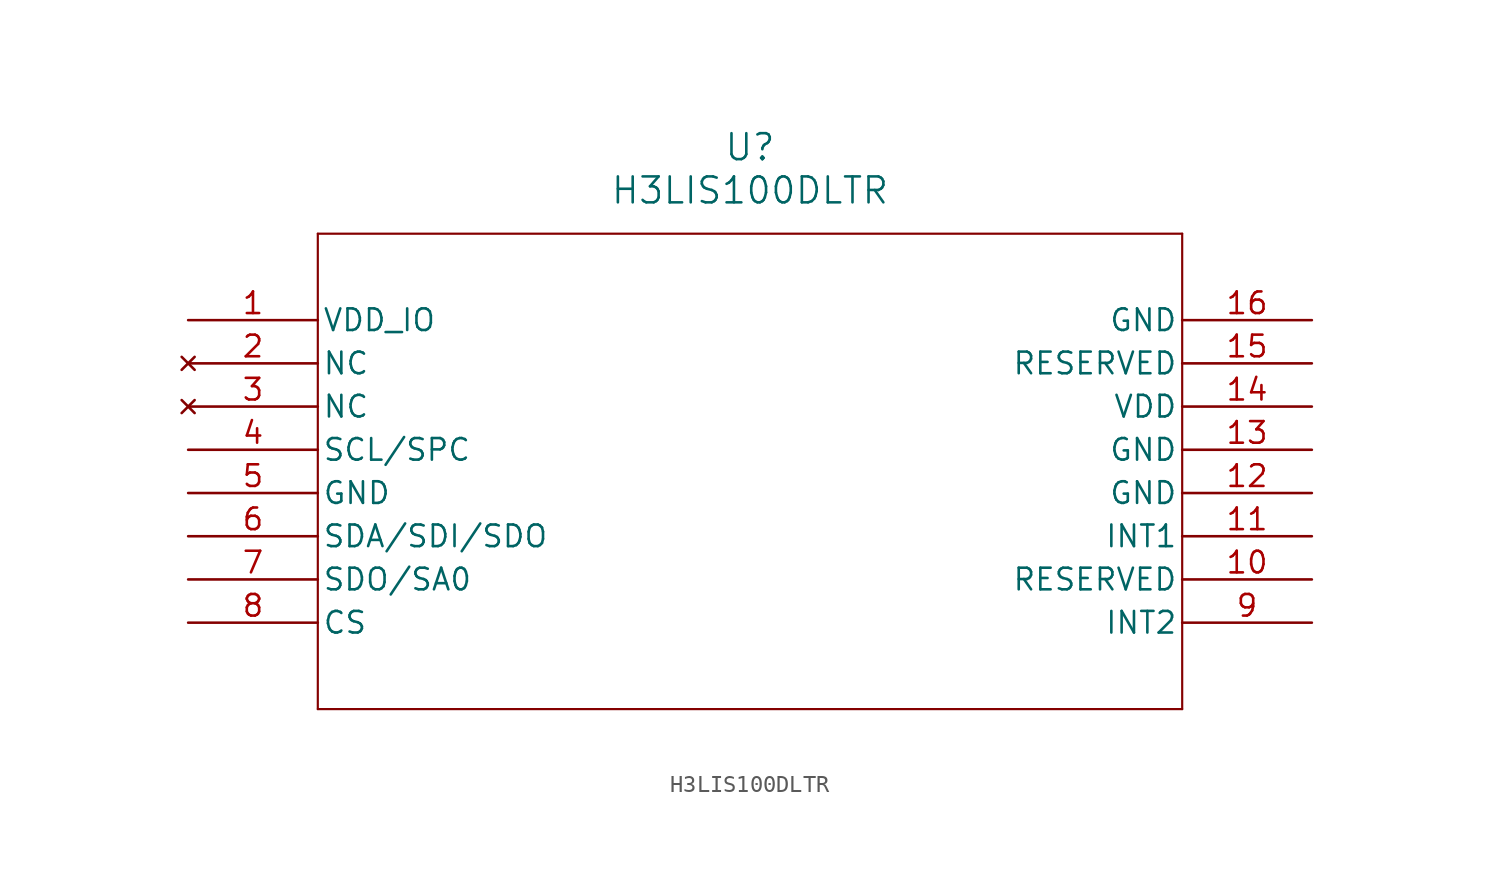
<source format=kicad_sym>
(kicad_symbol_lib
  (version 20211014)
  (generator kicad_symbol_editor)
  (symbol "H3LIS100DLTR"
    (pin_names
      (offset 0.254))
    (property "Reference" "U"
      (at 33.02 10.16 0)
      (effects (font (size 1.524 1.524))))
    (property "Value" "H3LIS100DLTR"
      (at 33.02 7.62 0)
      (effects (font (size 1.524 1.524))))
    (symbol "H3LIS100DLTR_0_1"
      (polyline (pts (xy 7.62 5.08) (xy 7.62 -22.86)) (stroke (width 0.127) (type default) (color 0 0 0 0)) (fill (type none)))
      (polyline (pts (xy 7.62 -22.86) (xy 58.42 -22.86)) (stroke (width 0.127) (type default) (color 0 0 0 0)) (fill (type none)))
      (polyline (pts (xy 58.42 -22.86) (xy 58.42 5.08)) (stroke (width 0.127) (type default) (color 0 0 0 0)) (fill (type none)))
      (polyline (pts (xy 58.42 5.08) (xy 7.62 5.08)) (stroke (width 0.127) (type default) (color 0 0 0 0)) (fill (type none)))
      (pin power_in line (at 0 0 0) (length 7.62) (name "VDD_IO" (effects (font (size 1.27 1.27)))) (number "1" (effects (font (size 1.27 1.27)))))
      (pin no_connect line (at 0 -2.54 0) (length 7.62) (name "NC" (effects (font (size 1.27 1.27)))) (number "2" (effects (font (size 1.27 1.27)))))
      (pin no_connect line (at 0 -5.08 0) (length 7.62) (name "NC" (effects (font (size 1.27 1.27)))) (number "3" (effects (font (size 1.27 1.27)))))
      (pin bidirectional line (at 0 -7.62 0) (length 7.62) (name "SCL/SPC" (effects (font (size 1.27 1.27)))) (number "4" (effects (font (size 1.27 1.27)))))
      (pin power_in line (at 0 -10.16 0) (length 7.62) (name "GND" (effects (font (size 1.27 1.27)))) (number "5" (effects (font (size 1.27 1.27)))))
      (pin bidirectional line (at 0 -12.7 0) (length 7.62) (name "SDA/SDI/SDO" (effects (font (size 1.27 1.27)))) (number "6" (effects (font (size 1.27 1.27)))))
      (pin bidirectional line (at 0 -15.24 0) (length 7.62) (name "SDO/SA0" (effects (font (size 1.27 1.27)))) (number "7" (effects (font (size 1.27 1.27)))))
      (pin bidirectional line (at 0 -17.78 0) (length 7.62) (name "CS" (effects (font (size 1.27 1.27)))) (number "8" (effects (font (size 1.27 1.27)))))
      (pin bidirectional line (at 66.04 -17.78 180) (length 7.62) (name "INT2" (effects (font (size 1.27 1.27)))) (number "9" (effects (font (size 1.27 1.27)))))
      (pin unspecified line (at 66.04 -15.24 180) (length 7.62) (name "RESERVED" (effects (font (size 1.27 1.27)))) (number "10" (effects (font (size 1.27 1.27)))))
      (pin bidirectional line (at 66.04 -12.7 180) (length 7.62) (name "INT1" (effects (font (size 1.27 1.27)))) (number "11" (effects (font (size 1.27 1.27)))))
      (pin power_in line (at 66.04 -10.16 180) (length 7.62) (name "GND" (effects (font (size 1.27 1.27)))) (number "12" (effects (font (size 1.27 1.27)))))
      (pin power_in line (at 66.04 -7.62 180) (length 7.62) (name "GND" (effects (font (size 1.27 1.27)))) (number "13" (effects (font (size 1.27 1.27)))))
      (pin power_in line (at 66.04 -5.08 180) (length 7.62) (name "VDD" (effects (font (size 1.27 1.27)))) (number "14" (effects (font (size 1.27 1.27)))))
      (pin unspecified line (at 66.04 -2.54 180) (length 7.62) (name "RESERVED" (effects (font (size 1.27 1.27)))) (number "15" (effects (font (size 1.27 1.27)))))
      (pin power_in line (at 66.04 0 180) (length 7.62) (name "GND" (effects (font (size 1.27 1.27)))) (number "16" (effects (font (size 1.27 1.27))))))))
</source>
